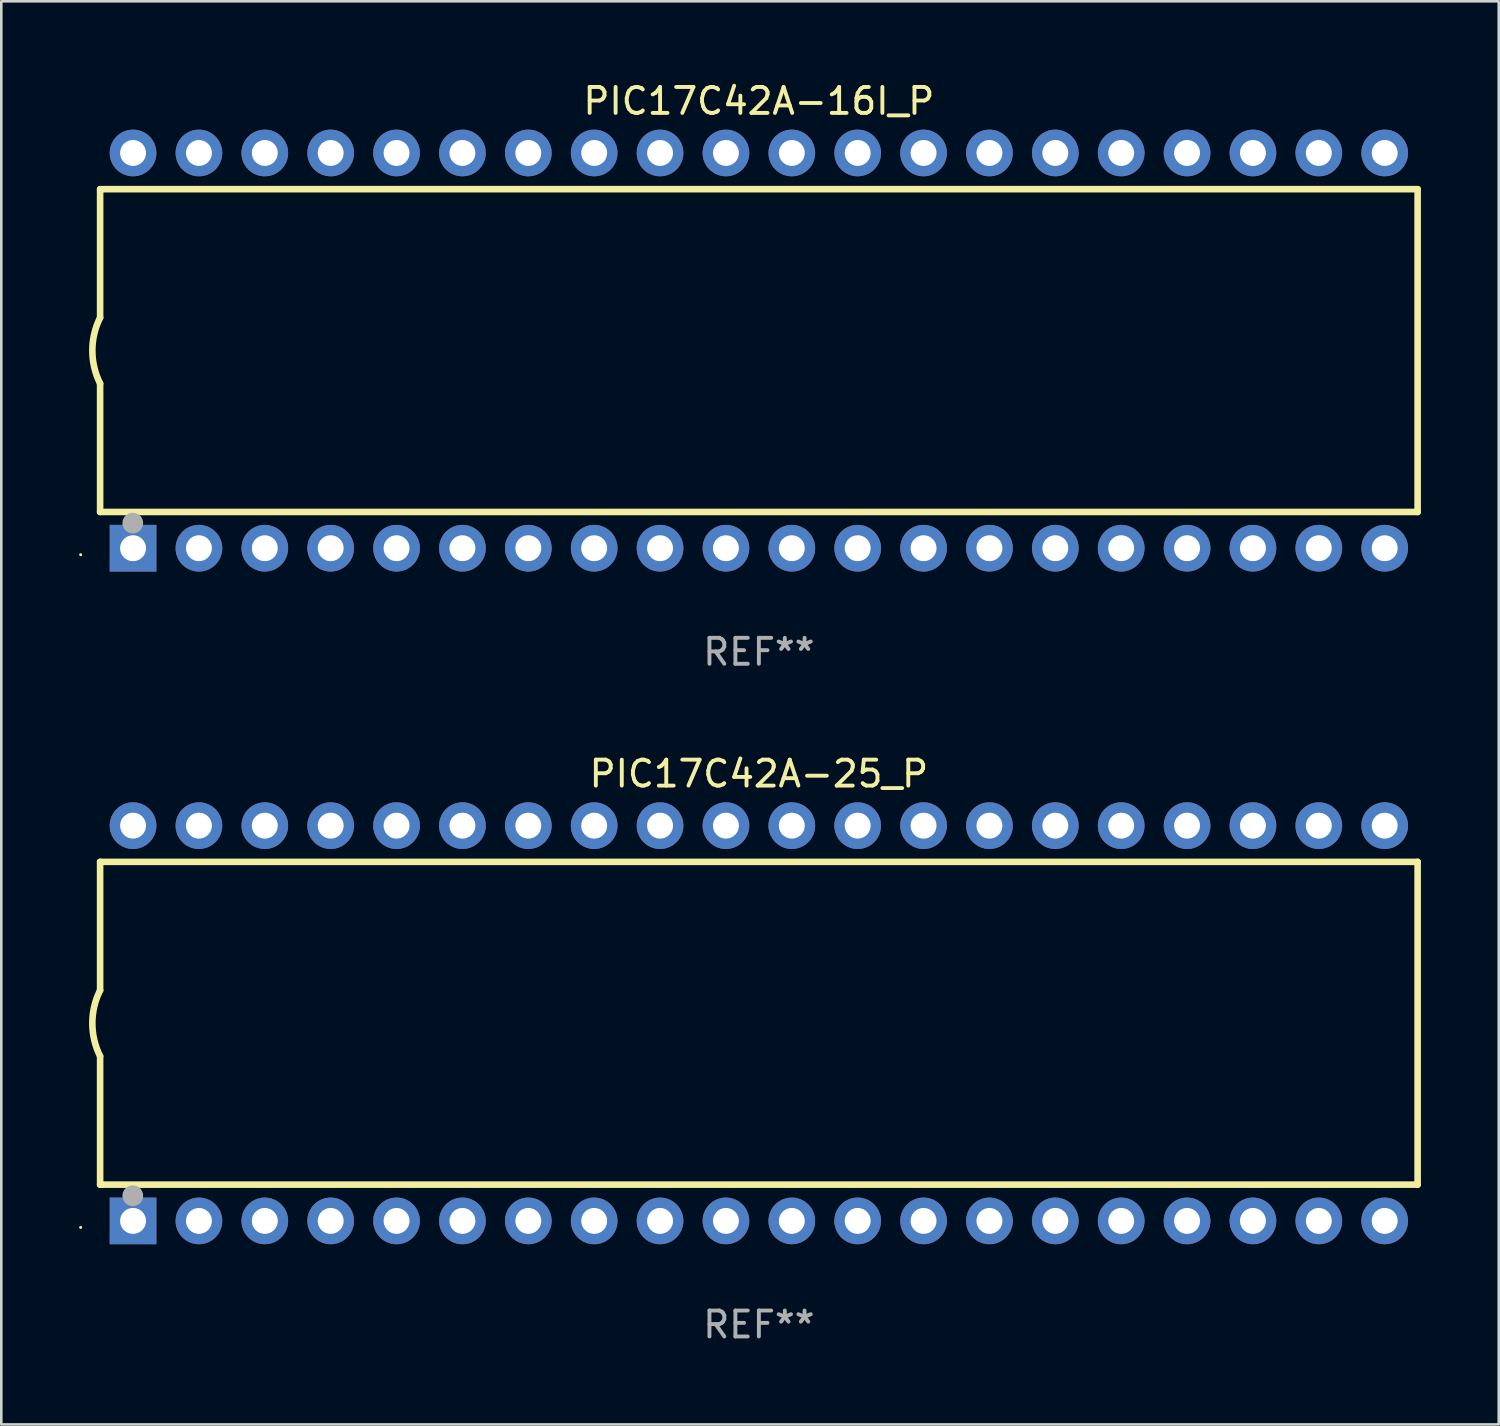
<source format=kicad_pcb>
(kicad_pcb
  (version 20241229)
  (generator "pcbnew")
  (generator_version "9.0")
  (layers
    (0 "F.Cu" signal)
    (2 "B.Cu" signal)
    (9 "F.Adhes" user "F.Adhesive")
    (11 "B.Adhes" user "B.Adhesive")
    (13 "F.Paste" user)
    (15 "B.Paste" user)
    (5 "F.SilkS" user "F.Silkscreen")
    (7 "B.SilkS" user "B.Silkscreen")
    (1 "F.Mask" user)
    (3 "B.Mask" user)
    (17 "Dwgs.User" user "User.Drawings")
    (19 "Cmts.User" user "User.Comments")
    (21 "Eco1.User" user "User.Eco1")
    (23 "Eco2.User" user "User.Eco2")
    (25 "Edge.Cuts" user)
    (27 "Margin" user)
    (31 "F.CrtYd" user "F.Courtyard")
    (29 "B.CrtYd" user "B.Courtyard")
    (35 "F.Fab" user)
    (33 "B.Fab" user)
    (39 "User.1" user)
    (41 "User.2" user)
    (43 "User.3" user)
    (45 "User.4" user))
  (footprint "PIC17C42A-16I_P"
    (layer "F.Cu")
    (at 26.21 10.468)
    (property "Reference" "PIC17C42A-16I_P" (at 0 -9.62 0) (layer "F.SilkS") (effects (font (size 1 1) (thickness 0.15))))
    (attr through_hole)
    (fp_line (start -25.4 -6.224) (end -25.4 -1.271) (stroke (width 0.254) (type solid)) (layer "F.SilkS"))
    (fp_line (start -25.4 -6.224) (end 25.4 -6.224) (stroke (width 0.254) (type solid)) (layer "F.SilkS"))
    (fp_line (start -25.4 1.269) (end -25.4 6.222) (stroke (width 0.254) (type solid)) (layer "F.SilkS"))
    (fp_line (start -25.4 6.222) (end 25.4 6.222) (stroke (width 0.254) (type solid)) (layer "F.SilkS"))
    (fp_line (start 25.4 6.222) (end 25.4 -6.224) (stroke (width 0.254) (type solid)) (layer "F.SilkS"))
    (fp_arc (start -25.4 1.269241) (mid -25.699807 -0.000762) (end -25.4 -1.270765) (stroke (width 0.254001) (type solid)) (layer "F.SilkS"))
    (fp_circle (center -26.15 7.87) (end -26.12 7.87) (stroke (width 0.06) (type solid)) (fill no) (layer "F.SilkS"))
    (fp_circle (center -24.14 6.65) (end -23.94 6.65) (stroke (width 0.4) (type solid)) (fill no) (layer "F.Fab"))
    (fp_text user "REF**" (at 0 11.62 0) (layer "F.Fab") (effects (font (size 1 1) (thickness 0.15))))
    (pad "1" thru_hole rect (at -24.13 7.62 90) (size 1.8 1.8) (drill 1) (layers "*.Cu" "*.Mask"))
    (pad "2" thru_hole circle (at -21.59 7.62) (size 1.8 1.8) (drill 1) (layers "*.Cu" "*.Mask"))
    (pad "3" thru_hole circle (at -19.05 7.62) (size 1.8 1.8) (drill 1) (layers "*.Cu" "*.Mask"))
    (pad "4" thru_hole circle (at -16.51 7.62) (size 1.8 1.8) (drill 1) (layers "*.Cu" "*.Mask"))
    (pad "5" thru_hole circle (at -13.97 7.62) (size 1.8 1.8) (drill 1) (layers "*.Cu" "*.Mask"))
    (pad "6" thru_hole circle (at -11.43 7.62) (size 1.8 1.8) (drill 1) (layers "*.Cu" "*.Mask"))
    (pad "7" thru_hole circle (at -8.89 7.62) (size 1.8 1.8) (drill 1) (layers "*.Cu" "*.Mask"))
    (pad "8" thru_hole circle (at -6.35 7.62) (size 1.8 1.8) (drill 1) (layers "*.Cu" "*.Mask"))
    (pad "9" thru_hole circle (at -3.81 7.62) (size 1.8 1.8) (drill 1) (layers "*.Cu" "*.Mask"))
    (pad "10" thru_hole circle (at -1.27 7.62) (size 1.8 1.8) (drill 1) (layers "*.Cu" "*.Mask"))
    (pad "11" thru_hole circle (at 1.27 7.62) (size 1.8 1.8) (drill 1) (layers "*.Cu" "*.Mask"))
    (pad "12" thru_hole circle (at 3.81 7.62) (size 1.8 1.8) (drill 1) (layers "*.Cu" "*.Mask"))
    (pad "13" thru_hole circle (at 6.35 7.62) (size 1.8 1.8) (drill 1) (layers "*.Cu" "*.Mask"))
    (pad "14" thru_hole circle (at 8.89 7.62) (size 1.8 1.8) (drill 1) (layers "*.Cu" "*.Mask"))
    (pad "15" thru_hole circle (at 11.43 7.62) (size 1.8 1.8) (drill 1) (layers "*.Cu" "*.Mask"))
    (pad "16" thru_hole circle (at 13.97 7.62) (size 1.8 1.8) (drill 1) (layers "*.Cu" "*.Mask"))
    (pad "17" thru_hole circle (at 16.51 7.62) (size 1.8 1.8) (drill 1) (layers "*.Cu" "*.Mask"))
    (pad "18" thru_hole circle (at 19.05 7.62) (size 1.8 1.8) (drill 1) (layers "*.Cu" "*.Mask"))
    (pad "19" thru_hole circle (at 21.59 7.62) (size 1.8 1.8) (drill 1) (layers "*.Cu" "*.Mask"))
    (pad "20" thru_hole circle (at 24.13 7.62) (size 1.8 1.8) (drill 1) (layers "*.Cu" "*.Mask"))
    (pad "21" thru_hole circle (at 24.13 -7.62) (size 1.8 1.8) (drill 1) (layers "*.Cu" "*.Mask"))
    (pad "22" thru_hole circle (at 21.59 -7.62) (size 1.8 1.8) (drill 1) (layers "*.Cu" "*.Mask"))
    (pad "23" thru_hole circle (at 19.05 -7.62) (size 1.8 1.8) (drill 1) (layers "*.Cu" "*.Mask"))
    (pad "24" thru_hole circle (at 16.51 -7.62) (size 1.8 1.8) (drill 1) (layers "*.Cu" "*.Mask"))
    (pad "25" thru_hole circle (at 13.97 -7.62) (size 1.8 1.8) (drill 1) (layers "*.Cu" "*.Mask"))
    (pad "26" thru_hole circle (at 11.43 -7.62) (size 1.8 1.8) (drill 1) (layers "*.Cu" "*.Mask"))
    (pad "27" thru_hole circle (at 8.89 -7.62) (size 1.8 1.8) (drill 1) (layers "*.Cu" "*.Mask"))
    (pad "28" thru_hole circle (at 6.35 -7.62) (size 1.8 1.8) (drill 1) (layers "*.Cu" "*.Mask"))
    (pad "29" thru_hole circle (at 3.81 -7.62) (size 1.8 1.8) (drill 1) (layers "*.Cu" "*.Mask"))
    (pad "30" thru_hole circle (at 1.27 -7.62) (size 1.8 1.8) (drill 1) (layers "*.Cu" "*.Mask"))
    (pad "31" thru_hole circle (at -1.27 -7.62) (size 1.8 1.8) (drill 1) (layers "*.Cu" "*.Mask"))
    (pad "32" thru_hole circle (at -3.81 -7.62) (size 1.8 1.8) (drill 1) (layers "*.Cu" "*.Mask"))
    (pad "33" thru_hole circle (at -6.35 -7.62) (size 1.8 1.8) (drill 1) (layers "*.Cu" "*.Mask"))
    (pad "34" thru_hole circle (at -8.89 -7.62) (size 1.8 1.8) (drill 1) (layers "*.Cu" "*.Mask"))
    (pad "35" thru_hole circle (at -11.43 -7.62) (size 1.8 1.8) (drill 1) (layers "*.Cu" "*.Mask"))
    (pad "36" thru_hole circle (at -13.97 -7.62) (size 1.8 1.8) (drill 1) (layers "*.Cu" "*.Mask"))
    (pad "37" thru_hole circle (at -16.51 -7.62) (size 1.8 1.8) (drill 1) (layers "*.Cu" "*.Mask"))
    (pad "38" thru_hole circle (at -19.05 -7.62) (size 1.8 1.8) (drill 1) (layers "*.Cu" "*.Mask"))
    (pad "39" thru_hole circle (at -21.59 -7.62) (size 1.8 1.8) (drill 1) (layers "*.Cu" "*.Mask"))
    (pad "40" thru_hole circle (at -24.13 -7.62) (size 1.8 1.8) (drill 1) (layers "*.Cu" "*.Mask")))
  (footprint "PIC17C42A-25_P"
    (layer "F.Cu")
    (at 26.21 36.405)
    (property "Reference" "PIC17C42A-25_P" (at 0 -9.62 0) (layer "F.SilkS") (effects (font (size 1 1) (thickness 0.15))))
    (attr through_hole)
    (fp_line (start -25.4 -6.224) (end -25.4 -1.271) (stroke (width 0.254) (type solid)) (layer "F.SilkS"))
    (fp_line (start -25.4 -6.224) (end 25.4 -6.224) (stroke (width 0.254) (type solid)) (layer "F.SilkS"))
    (fp_line (start -25.4 1.269) (end -25.4 6.222) (stroke (width 0.254) (type solid)) (layer "F.SilkS"))
    (fp_line (start -25.4 6.222) (end 25.4 6.222) (stroke (width 0.254) (type solid)) (layer "F.SilkS"))
    (fp_line (start 25.4 6.222) (end 25.4 -6.224) (stroke (width 0.254) (type solid)) (layer "F.SilkS"))
    (fp_arc (start -25.4 1.269241) (mid -25.699807 -0.000762) (end -25.4 -1.270765) (stroke (width 0.254001) (type solid)) (layer "F.SilkS"))
    (fp_circle (center -26.15 7.87) (end -26.12 7.87) (stroke (width 0.06) (type solid)) (fill no) (layer "F.SilkS"))
    (fp_circle (center -24.14 6.65) (end -23.94 6.65) (stroke (width 0.4) (type solid)) (fill no) (layer "F.Fab"))
    (fp_text user "REF**" (at 0 11.62 0) (layer "F.Fab") (effects (font (size 1 1) (thickness 0.15))))
    (pad "1" thru_hole rect (at -24.13 7.62 90) (size 1.8 1.8) (drill 1) (layers "*.Cu" "*.Mask"))
    (pad "2" thru_hole circle (at -21.59 7.62) (size 1.8 1.8) (drill 1) (layers "*.Cu" "*.Mask"))
    (pad "3" thru_hole circle (at -19.05 7.62) (size 1.8 1.8) (drill 1) (layers "*.Cu" "*.Mask"))
    (pad "4" thru_hole circle (at -16.51 7.62) (size 1.8 1.8) (drill 1) (layers "*.Cu" "*.Mask"))
    (pad "5" thru_hole circle (at -13.97 7.62) (size 1.8 1.8) (drill 1) (layers "*.Cu" "*.Mask"))
    (pad "6" thru_hole circle (at -11.43 7.62) (size 1.8 1.8) (drill 1) (layers "*.Cu" "*.Mask"))
    (pad "7" thru_hole circle (at -8.89 7.62) (size 1.8 1.8) (drill 1) (layers "*.Cu" "*.Mask"))
    (pad "8" thru_hole circle (at -6.35 7.62) (size 1.8 1.8) (drill 1) (layers "*.Cu" "*.Mask"))
    (pad "9" thru_hole circle (at -3.81 7.62) (size 1.8 1.8) (drill 1) (layers "*.Cu" "*.Mask"))
    (pad "10" thru_hole circle (at -1.27 7.62) (size 1.8 1.8) (drill 1) (layers "*.Cu" "*.Mask"))
    (pad "11" thru_hole circle (at 1.27 7.62) (size 1.8 1.8) (drill 1) (layers "*.Cu" "*.Mask"))
    (pad "12" thru_hole circle (at 3.81 7.62) (size 1.8 1.8) (drill 1) (layers "*.Cu" "*.Mask"))
    (pad "13" thru_hole circle (at 6.35 7.62) (size 1.8 1.8) (drill 1) (layers "*.Cu" "*.Mask"))
    (pad "14" thru_hole circle (at 8.89 7.62) (size 1.8 1.8) (drill 1) (layers "*.Cu" "*.Mask"))
    (pad "15" thru_hole circle (at 11.43 7.62) (size 1.8 1.8) (drill 1) (layers "*.Cu" "*.Mask"))
    (pad "16" thru_hole circle (at 13.97 7.62) (size 1.8 1.8) (drill 1) (layers "*.Cu" "*.Mask"))
    (pad "17" thru_hole circle (at 16.51 7.62) (size 1.8 1.8) (drill 1) (layers "*.Cu" "*.Mask"))
    (pad "18" thru_hole circle (at 19.05 7.62) (size 1.8 1.8) (drill 1) (layers "*.Cu" "*.Mask"))
    (pad "19" thru_hole circle (at 21.59 7.62) (size 1.8 1.8) (drill 1) (layers "*.Cu" "*.Mask"))
    (pad "20" thru_hole circle (at 24.13 7.62) (size 1.8 1.8) (drill 1) (layers "*.Cu" "*.Mask"))
    (pad "21" thru_hole circle (at 24.13 -7.62) (size 1.8 1.8) (drill 1) (layers "*.Cu" "*.Mask"))
    (pad "22" thru_hole circle (at 21.59 -7.62) (size 1.8 1.8) (drill 1) (layers "*.Cu" "*.Mask"))
    (pad "23" thru_hole circle (at 19.05 -7.62) (size 1.8 1.8) (drill 1) (layers "*.Cu" "*.Mask"))
    (pad "24" thru_hole circle (at 16.51 -7.62) (size 1.8 1.8) (drill 1) (layers "*.Cu" "*.Mask"))
    (pad "25" thru_hole circle (at 13.97 -7.62) (size 1.8 1.8) (drill 1) (layers "*.Cu" "*.Mask"))
    (pad "26" thru_hole circle (at 11.43 -7.62) (size 1.8 1.8) (drill 1) (layers "*.Cu" "*.Mask"))
    (pad "27" thru_hole circle (at 8.89 -7.62) (size 1.8 1.8) (drill 1) (layers "*.Cu" "*.Mask"))
    (pad "28" thru_hole circle (at 6.35 -7.62) (size 1.8 1.8) (drill 1) (layers "*.Cu" "*.Mask"))
    (pad "29" thru_hole circle (at 3.81 -7.62) (size 1.8 1.8) (drill 1) (layers "*.Cu" "*.Mask"))
    (pad "30" thru_hole circle (at 1.27 -7.62) (size 1.8 1.8) (drill 1) (layers "*.Cu" "*.Mask"))
    (pad "31" thru_hole circle (at -1.27 -7.62) (size 1.8 1.8) (drill 1) (layers "*.Cu" "*.Mask"))
    (pad "32" thru_hole circle (at -3.81 -7.62) (size 1.8 1.8) (drill 1) (layers "*.Cu" "*.Mask"))
    (pad "33" thru_hole circle (at -6.35 -7.62) (size 1.8 1.8) (drill 1) (layers "*.Cu" "*.Mask"))
    (pad "34" thru_hole circle (at -8.89 -7.62) (size 1.8 1.8) (drill 1) (layers "*.Cu" "*.Mask"))
    (pad "35" thru_hole circle (at -11.43 -7.62) (size 1.8 1.8) (drill 1) (layers "*.Cu" "*.Mask"))
    (pad "36" thru_hole circle (at -13.97 -7.62) (size 1.8 1.8) (drill 1) (layers "*.Cu" "*.Mask"))
    (pad "37" thru_hole circle (at -16.51 -7.62) (size 1.8 1.8) (drill 1) (layers "*.Cu" "*.Mask"))
    (pad "38" thru_hole circle (at -19.05 -7.62) (size 1.8 1.8) (drill 1) (layers "*.Cu" "*.Mask"))
    (pad "39" thru_hole circle (at -21.59 -7.62) (size 1.8 1.8) (drill 1) (layers "*.Cu" "*.Mask"))
    (pad "40" thru_hole circle (at -24.13 -7.62) (size 1.8 1.8) (drill 1) (layers "*.Cu" "*.Mask")))
  (gr_rect
    (start -3 -3)
    (end 54.737 51.873)
    (stroke (width 0.1) (type default))
    (fill no)
    (layer "Edge.Cuts")))
</source>
